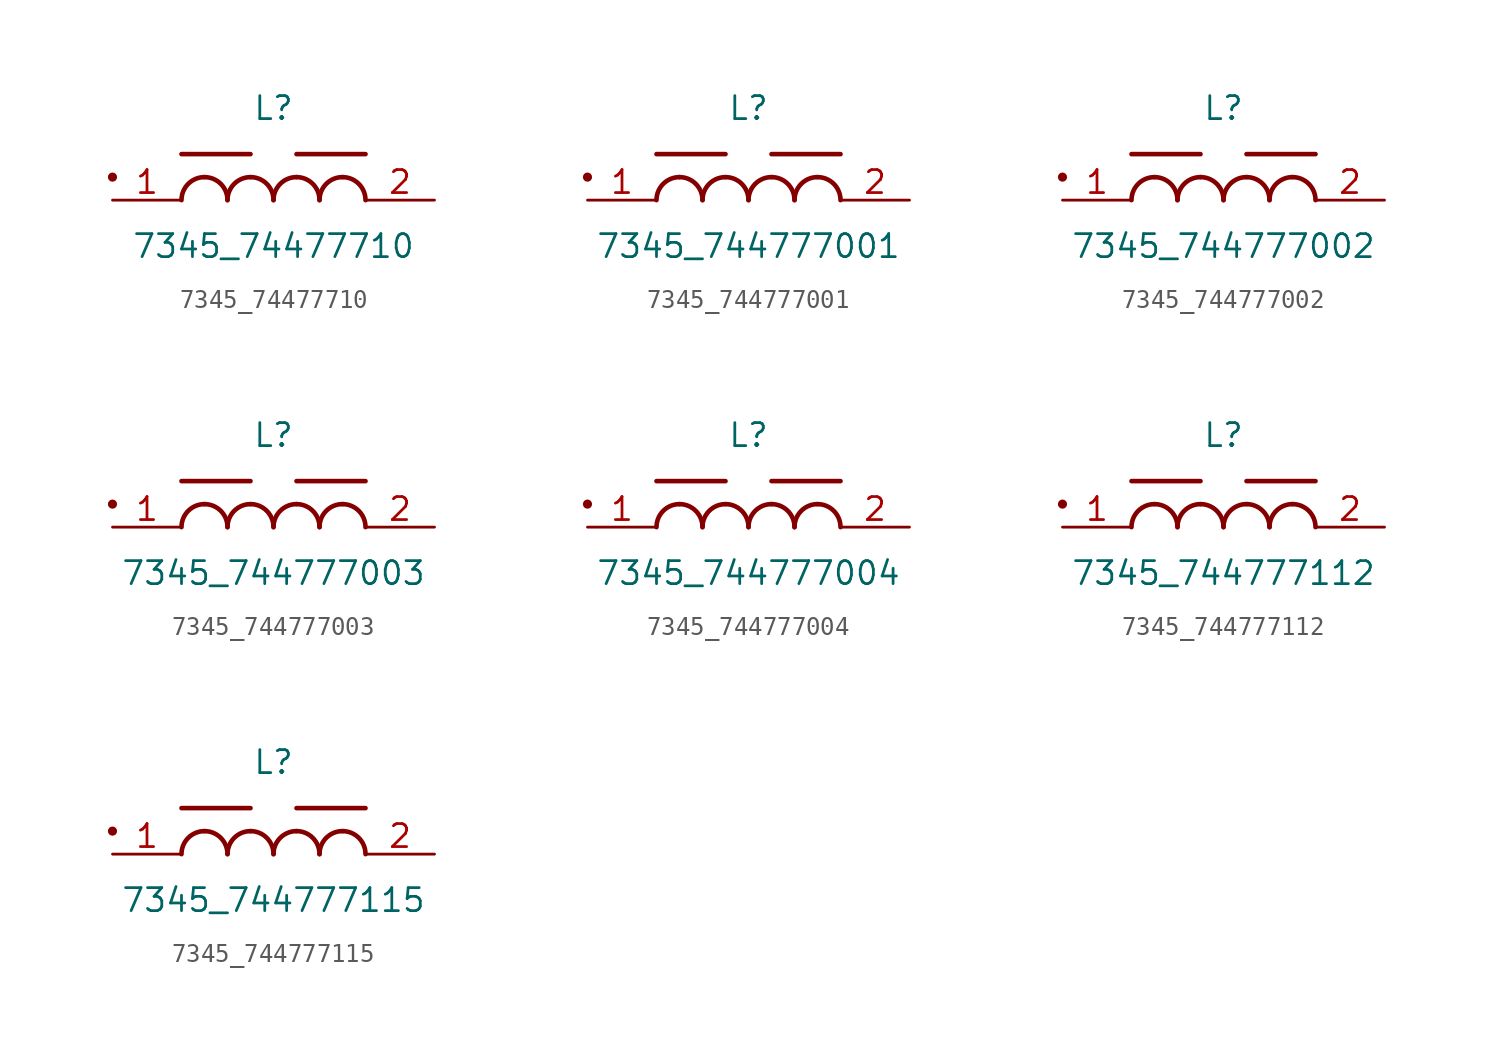
<source format=kicad_sym>
(kicad_symbol_lib
  (version 20211014)
  (generator kicad_symbol_editor)
  (symbol "Inductor_Wurth_WE-PD:7345_74477710"
    (pin_names hide)
    (property "Reference" "L"
      (at 0 5.08 0)
      (effects (font (size 1.27 1.27))))
    (property "Value" "7345_74477710"
      (at 0 -2.54 0)
      (effects (font (size 1.27 1.27))))
    (symbol "7345_74477710_0_1"
      (circle (center -8.89 1.27) (radius 0.0001) (stroke (width 0.254)) (stroke (width 0.254) (type default) (color 0 0 0 0)) (fill (type none)))
      (arc (start -3.81 1.27) (mid -4.708 0.898) (end -5.08 0) (stroke (width 0.254) (type default) (color 0 0 0 0)) (fill (type none)))
      (arc (start -2.54 0) (mid -2.912 0.898) (end -3.81 1.27) (stroke (width 0.254) (type default) (color 0 0 0 0)) (fill (type none)))
      (arc (start -1.2699 1.2701) (mid -2.1679 0.8981) (end -2.5399 0.0001) (stroke (width 0.254) (type default) (color 0 0 0 0)) (fill (type none)))
      (polyline (pts (xy -5.08 2.54) (xy -1.27 2.54)) (stroke (width 0.254) (type default) (color 0 0 0 0)) (fill (type none)))
      (polyline (pts (xy 5.08 2.54) (xy 1.27 2.54)) (stroke (width 0.254) (type default) (color 0 0 0 0)) (fill (type none)))
      (arc (start 0.0001 0.0001) (mid -0.3719 0.8981) (end -1.2699 1.2701) (stroke (width 0.254) (type default) (color 0 0 0 0)) (fill (type none)))
      (arc (start 1.2701 1.2701) (mid 0.3721 0.8981) (end 0.0001 0.0001) (stroke (width 0.254) (type default) (color 0 0 0 0)) (fill (type none)))
      (arc (start 2.5401 0.0001) (mid 2.1681 0.8981) (end 1.2701 1.2701) (stroke (width 0.254) (type default) (color 0 0 0 0)) (fill (type none)))
      (arc (start 3.8101 1.2701) (mid 2.9121 0.8981) (end 2.5401 0.0001) (stroke (width 0.254) (type default) (color 0 0 0 0)) (fill (type none)))
      (arc (start 5.0801 0.0001) (mid 4.7081 0.8981) (end 3.8101 1.2701) (stroke (width 0.254) (type default) (color 0 0 0 0)) (fill (type none))))
    (symbol "7345_74477710_1_1"
      (pin passive line (at -8.89 0 0) (length 3.81) (name "1" (effects (font (size 1.27 1.27)))) (number "1" (effects (font (size 1.27 1.27)))))
      (pin passive line (at 8.89 0 180) (length 3.81) (name "2" (effects (font (size 1.27 1.27)))) (number "2" (effects (font (size 1.27 1.27)))))))
  (symbol "Inductor_Wurth_WE-PD:7345_744777001"
    (pin_names hide)
    (property "Reference" "L"
      (at 0 5.08 0)
      (effects (font (size 1.27 1.27))))
    (property "Value" "7345_744777001"
      (at 0 -2.54 0)
      (effects (font (size 1.27 1.27))))
    (symbol "7345_744777001_0_1"
      (circle (center -8.89 1.27) (radius 0.0001) (stroke (width 0.254)) (stroke (width 0.254) (type default) (color 0 0 0 0)) (fill (type none)))
      (arc (start -3.81 1.27) (mid -4.708 0.898) (end -5.08 0) (stroke (width 0.254) (type default) (color 0 0 0 0)) (fill (type none)))
      (arc (start -2.54 0) (mid -2.912 0.898) (end -3.81 1.27) (stroke (width 0.254) (type default) (color 0 0 0 0)) (fill (type none)))
      (arc (start -1.2699 1.2701) (mid -2.1679 0.8981) (end -2.5399 0.0001) (stroke (width 0.254) (type default) (color 0 0 0 0)) (fill (type none)))
      (polyline (pts (xy -5.08 2.54) (xy -1.27 2.54)) (stroke (width 0.254) (type default) (color 0 0 0 0)) (fill (type none)))
      (polyline (pts (xy 5.08 2.54) (xy 1.27 2.54)) (stroke (width 0.254) (type default) (color 0 0 0 0)) (fill (type none)))
      (arc (start 0.0001 0.0001) (mid -0.3719 0.8981) (end -1.2699 1.2701) (stroke (width 0.254) (type default) (color 0 0 0 0)) (fill (type none)))
      (arc (start 1.2701 1.2701) (mid 0.3721 0.8981) (end 0.0001 0.0001) (stroke (width 0.254) (type default) (color 0 0 0 0)) (fill (type none)))
      (arc (start 2.5401 0.0001) (mid 2.1681 0.8981) (end 1.2701 1.2701) (stroke (width 0.254) (type default) (color 0 0 0 0)) (fill (type none)))
      (arc (start 3.8101 1.2701) (mid 2.9121 0.8981) (end 2.5401 0.0001) (stroke (width 0.254) (type default) (color 0 0 0 0)) (fill (type none)))
      (arc (start 5.0801 0.0001) (mid 4.7081 0.8981) (end 3.8101 1.2701) (stroke (width 0.254) (type default) (color 0 0 0 0)) (fill (type none))))
    (symbol "7345_744777001_1_1"
      (pin passive line (at -8.89 0 0) (length 3.81) (name "1" (effects (font (size 1.27 1.27)))) (number "1" (effects (font (size 1.27 1.27)))))
      (pin passive line (at 8.89 0 180) (length 3.81) (name "2" (effects (font (size 1.27 1.27)))) (number "2" (effects (font (size 1.27 1.27)))))))
  (symbol "Inductor_Wurth_WE-PD:7345_744777002"
    (pin_names hide)
    (property "Reference" "L"
      (at 0 5.08 0)
      (effects (font (size 1.27 1.27))))
    (property "Value" "7345_744777002"
      (at 0 -2.54 0)
      (effects (font (size 1.27 1.27))))
    (symbol "7345_744777002_0_1"
      (circle (center -8.89 1.27) (radius 0.0001) (stroke (width 0.254)) (stroke (width 0.254) (type default) (color 0 0 0 0)) (fill (type none)))
      (arc (start -3.81 1.27) (mid -4.708 0.898) (end -5.08 0) (stroke (width 0.254) (type default) (color 0 0 0 0)) (fill (type none)))
      (arc (start -2.54 0) (mid -2.912 0.898) (end -3.81 1.27) (stroke (width 0.254) (type default) (color 0 0 0 0)) (fill (type none)))
      (arc (start -1.2699 1.2701) (mid -2.1679 0.8981) (end -2.5399 0.0001) (stroke (width 0.254) (type default) (color 0 0 0 0)) (fill (type none)))
      (polyline (pts (xy -5.08 2.54) (xy -1.27 2.54)) (stroke (width 0.254) (type default) (color 0 0 0 0)) (fill (type none)))
      (polyline (pts (xy 5.08 2.54) (xy 1.27 2.54)) (stroke (width 0.254) (type default) (color 0 0 0 0)) (fill (type none)))
      (arc (start 0.0001 0.0001) (mid -0.3719 0.8981) (end -1.2699 1.2701) (stroke (width 0.254) (type default) (color 0 0 0 0)) (fill (type none)))
      (arc (start 1.2701 1.2701) (mid 0.3721 0.8981) (end 0.0001 0.0001) (stroke (width 0.254) (type default) (color 0 0 0 0)) (fill (type none)))
      (arc (start 2.5401 0.0001) (mid 2.1681 0.8981) (end 1.2701 1.2701) (stroke (width 0.254) (type default) (color 0 0 0 0)) (fill (type none)))
      (arc (start 3.8101 1.2701) (mid 2.9121 0.8981) (end 2.5401 0.0001) (stroke (width 0.254) (type default) (color 0 0 0 0)) (fill (type none)))
      (arc (start 5.0801 0.0001) (mid 4.7081 0.8981) (end 3.8101 1.2701) (stroke (width 0.254) (type default) (color 0 0 0 0)) (fill (type none))))
    (symbol "7345_744777002_1_1"
      (pin passive line (at -8.89 0 0) (length 3.81) (name "1" (effects (font (size 1.27 1.27)))) (number "1" (effects (font (size 1.27 1.27)))))
      (pin passive line (at 8.89 0 180) (length 3.81) (name "2" (effects (font (size 1.27 1.27)))) (number "2" (effects (font (size 1.27 1.27)))))))
  (symbol "Inductor_Wurth_WE-PD:7345_744777003"
    (pin_names hide)
    (property "Reference" "L"
      (at 0 5.08 0)
      (effects (font (size 1.27 1.27))))
    (property "Value" "7345_744777003"
      (at 0 -2.54 0)
      (effects (font (size 1.27 1.27))))
    (symbol "7345_744777003_0_1"
      (circle (center -8.89 1.27) (radius 0.0001) (stroke (width 0.254)) (stroke (width 0.254) (type default) (color 0 0 0 0)) (fill (type none)))
      (arc (start -3.81 1.27) (mid -4.708 0.898) (end -5.08 0) (stroke (width 0.254) (type default) (color 0 0 0 0)) (fill (type none)))
      (arc (start -2.54 0) (mid -2.912 0.898) (end -3.81 1.27) (stroke (width 0.254) (type default) (color 0 0 0 0)) (fill (type none)))
      (arc (start -1.2699 1.2701) (mid -2.1679 0.8981) (end -2.5399 0.0001) (stroke (width 0.254) (type default) (color 0 0 0 0)) (fill (type none)))
      (polyline (pts (xy -5.08 2.54) (xy -1.27 2.54)) (stroke (width 0.254) (type default) (color 0 0 0 0)) (fill (type none)))
      (polyline (pts (xy 5.08 2.54) (xy 1.27 2.54)) (stroke (width 0.254) (type default) (color 0 0 0 0)) (fill (type none)))
      (arc (start 0.0001 0.0001) (mid -0.3719 0.8981) (end -1.2699 1.2701) (stroke (width 0.254) (type default) (color 0 0 0 0)) (fill (type none)))
      (arc (start 1.2701 1.2701) (mid 0.3721 0.8981) (end 0.0001 0.0001) (stroke (width 0.254) (type default) (color 0 0 0 0)) (fill (type none)))
      (arc (start 2.5401 0.0001) (mid 2.1681 0.8981) (end 1.2701 1.2701) (stroke (width 0.254) (type default) (color 0 0 0 0)) (fill (type none)))
      (arc (start 3.8101 1.2701) (mid 2.9121 0.8981) (end 2.5401 0.0001) (stroke (width 0.254) (type default) (color 0 0 0 0)) (fill (type none)))
      (arc (start 5.0801 0.0001) (mid 4.7081 0.8981) (end 3.8101 1.2701) (stroke (width 0.254) (type default) (color 0 0 0 0)) (fill (type none))))
    (symbol "7345_744777003_1_1"
      (pin passive line (at -8.89 0 0) (length 3.81) (name "1" (effects (font (size 1.27 1.27)))) (number "1" (effects (font (size 1.27 1.27)))))
      (pin passive line (at 8.89 0 180) (length 3.81) (name "2" (effects (font (size 1.27 1.27)))) (number "2" (effects (font (size 1.27 1.27)))))))
  (symbol "Inductor_Wurth_WE-PD:7345_744777004"
    (pin_names hide)
    (property "Reference" "L"
      (at 0 5.08 0)
      (effects (font (size 1.27 1.27))))
    (property "Value" "7345_744777004"
      (at 0 -2.54 0)
      (effects (font (size 1.27 1.27))))
    (symbol "7345_744777004_0_1"
      (circle (center -8.89 1.27) (radius 0.0001) (stroke (width 0.254)) (stroke (width 0.254) (type default) (color 0 0 0 0)) (fill (type none)))
      (arc (start -3.81 1.27) (mid -4.708 0.898) (end -5.08 0) (stroke (width 0.254) (type default) (color 0 0 0 0)) (fill (type none)))
      (arc (start -2.54 0) (mid -2.912 0.898) (end -3.81 1.27) (stroke (width 0.254) (type default) (color 0 0 0 0)) (fill (type none)))
      (arc (start -1.2699 1.2701) (mid -2.1679 0.8981) (end -2.5399 0.0001) (stroke (width 0.254) (type default) (color 0 0 0 0)) (fill (type none)))
      (polyline (pts (xy -5.08 2.54) (xy -1.27 2.54)) (stroke (width 0.254) (type default) (color 0 0 0 0)) (fill (type none)))
      (polyline (pts (xy 5.08 2.54) (xy 1.27 2.54)) (stroke (width 0.254) (type default) (color 0 0 0 0)) (fill (type none)))
      (arc (start 0.0001 0.0001) (mid -0.3719 0.8981) (end -1.2699 1.2701) (stroke (width 0.254) (type default) (color 0 0 0 0)) (fill (type none)))
      (arc (start 1.2701 1.2701) (mid 0.3721 0.8981) (end 0.0001 0.0001) (stroke (width 0.254) (type default) (color 0 0 0 0)) (fill (type none)))
      (arc (start 2.5401 0.0001) (mid 2.1681 0.8981) (end 1.2701 1.2701) (stroke (width 0.254) (type default) (color 0 0 0 0)) (fill (type none)))
      (arc (start 3.8101 1.2701) (mid 2.9121 0.8981) (end 2.5401 0.0001) (stroke (width 0.254) (type default) (color 0 0 0 0)) (fill (type none)))
      (arc (start 5.0801 0.0001) (mid 4.7081 0.8981) (end 3.8101 1.2701) (stroke (width 0.254) (type default) (color 0 0 0 0)) (fill (type none))))
    (symbol "7345_744777004_1_1"
      (pin passive line (at -8.89 0 0) (length 3.81) (name "1" (effects (font (size 1.27 1.27)))) (number "1" (effects (font (size 1.27 1.27)))))
      (pin passive line (at 8.89 0 180) (length 3.81) (name "2" (effects (font (size 1.27 1.27)))) (number "2" (effects (font (size 1.27 1.27)))))))
  (symbol "Inductor_Wurth_WE-PD:7345_744777112"
    (pin_names hide)
    (property "Reference" "L"
      (at 0 5.08 0)
      (effects (font (size 1.27 1.27))))
    (property "Value" "7345_744777112"
      (at 0 -2.54 0)
      (effects (font (size 1.27 1.27))))
    (symbol "7345_744777112_0_1"
      (circle (center -8.89 1.27) (radius 0.0001) (stroke (width 0.254)) (stroke (width 0.254) (type default) (color 0 0 0 0)) (fill (type none)))
      (arc (start -3.81 1.27) (mid -4.708 0.898) (end -5.08 0) (stroke (width 0.254) (type default) (color 0 0 0 0)) (fill (type none)))
      (arc (start -2.54 0) (mid -2.912 0.898) (end -3.81 1.27) (stroke (width 0.254) (type default) (color 0 0 0 0)) (fill (type none)))
      (arc (start -1.2699 1.2701) (mid -2.1679 0.8981) (end -2.5399 0.0001) (stroke (width 0.254) (type default) (color 0 0 0 0)) (fill (type none)))
      (polyline (pts (xy -5.08 2.54) (xy -1.27 2.54)) (stroke (width 0.254) (type default) (color 0 0 0 0)) (fill (type none)))
      (polyline (pts (xy 5.08 2.54) (xy 1.27 2.54)) (stroke (width 0.254) (type default) (color 0 0 0 0)) (fill (type none)))
      (arc (start 0.0001 0.0001) (mid -0.3719 0.8981) (end -1.2699 1.2701) (stroke (width 0.254) (type default) (color 0 0 0 0)) (fill (type none)))
      (arc (start 1.2701 1.2701) (mid 0.3721 0.8981) (end 0.0001 0.0001) (stroke (width 0.254) (type default) (color 0 0 0 0)) (fill (type none)))
      (arc (start 2.5401 0.0001) (mid 2.1681 0.8981) (end 1.2701 1.2701) (stroke (width 0.254) (type default) (color 0 0 0 0)) (fill (type none)))
      (arc (start 3.8101 1.2701) (mid 2.9121 0.8981) (end 2.5401 0.0001) (stroke (width 0.254) (type default) (color 0 0 0 0)) (fill (type none)))
      (arc (start 5.0801 0.0001) (mid 4.7081 0.8981) (end 3.8101 1.2701) (stroke (width 0.254) (type default) (color 0 0 0 0)) (fill (type none))))
    (symbol "7345_744777112_1_1"
      (pin passive line (at -8.89 0 0) (length 3.81) (name "1" (effects (font (size 1.27 1.27)))) (number "1" (effects (font (size 1.27 1.27)))))
      (pin passive line (at 8.89 0 180) (length 3.81) (name "2" (effects (font (size 1.27 1.27)))) (number "2" (effects (font (size 1.27 1.27)))))))
  (symbol "Inductor_Wurth_WE-PD:7345_744777115"
    (pin_names hide)
    (property "Reference" "L"
      (at 0 5.08 0)
      (effects (font (size 1.27 1.27))))
    (property "Value" "7345_744777115"
      (at 0 -2.54 0)
      (effects (font (size 1.27 1.27))))
    (symbol "7345_744777115_0_1"
      (circle (center -8.89 1.27) (radius 0.0001) (stroke (width 0.254)) (stroke (width 0.254) (type default) (color 0 0 0 0)) (fill (type none)))
      (arc (start -3.81 1.27) (mid -4.708 0.898) (end -5.08 0) (stroke (width 0.254) (type default) (color 0 0 0 0)) (fill (type none)))
      (arc (start -2.54 0) (mid -2.912 0.898) (end -3.81 1.27) (stroke (width 0.254) (type default) (color 0 0 0 0)) (fill (type none)))
      (arc (start -1.2699 1.2701) (mid -2.1679 0.8981) (end -2.5399 0.0001) (stroke (width 0.254) (type default) (color 0 0 0 0)) (fill (type none)))
      (polyline (pts (xy -5.08 2.54) (xy -1.27 2.54)) (stroke (width 0.254) (type default) (color 0 0 0 0)) (fill (type none)))
      (polyline (pts (xy 5.08 2.54) (xy 1.27 2.54)) (stroke (width 0.254) (type default) (color 0 0 0 0)) (fill (type none)))
      (arc (start 0.0001 0.0001) (mid -0.3719 0.8981) (end -1.2699 1.2701) (stroke (width 0.254) (type default) (color 0 0 0 0)) (fill (type none)))
      (arc (start 1.2701 1.2701) (mid 0.3721 0.8981) (end 0.0001 0.0001) (stroke (width 0.254) (type default) (color 0 0 0 0)) (fill (type none)))
      (arc (start 2.5401 0.0001) (mid 2.1681 0.8981) (end 1.2701 1.2701) (stroke (width 0.254) (type default) (color 0 0 0 0)) (fill (type none)))
      (arc (start 3.8101 1.2701) (mid 2.9121 0.8981) (end 2.5401 0.0001) (stroke (width 0.254) (type default) (color 0 0 0 0)) (fill (type none)))
      (arc (start 5.0801 0.0001) (mid 4.7081 0.8981) (end 3.8101 1.2701) (stroke (width 0.254) (type default) (color 0 0 0 0)) (fill (type none))))
    (symbol "7345_744777115_1_1"
      (pin passive line (at -8.89 0 0) (length 3.81) (name "1" (effects (font (size 1.27 1.27)))) (number "1" (effects (font (size 1.27 1.27)))))
      (pin passive line (at 8.89 0 180) (length 3.81) (name "2" (effects (font (size 1.27 1.27)))) (number "2" (effects (font (size 1.27 1.27))))))))
</source>
